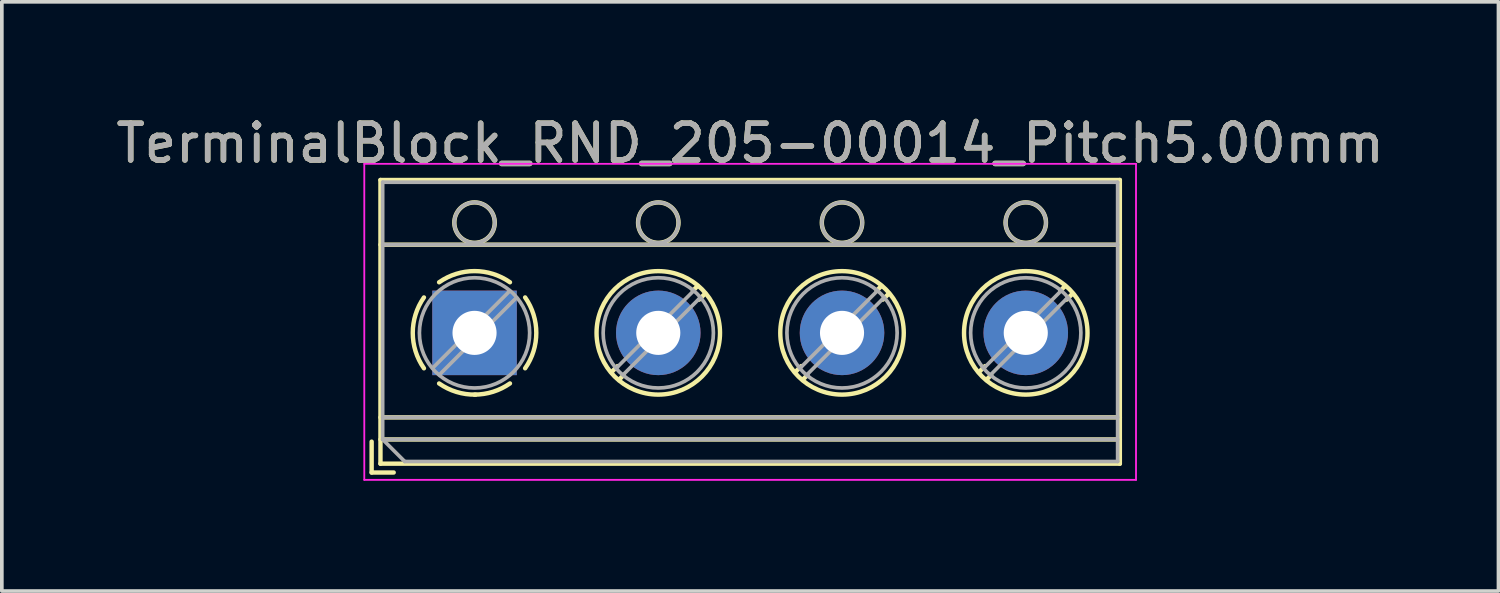
<source format=kicad_pcb>
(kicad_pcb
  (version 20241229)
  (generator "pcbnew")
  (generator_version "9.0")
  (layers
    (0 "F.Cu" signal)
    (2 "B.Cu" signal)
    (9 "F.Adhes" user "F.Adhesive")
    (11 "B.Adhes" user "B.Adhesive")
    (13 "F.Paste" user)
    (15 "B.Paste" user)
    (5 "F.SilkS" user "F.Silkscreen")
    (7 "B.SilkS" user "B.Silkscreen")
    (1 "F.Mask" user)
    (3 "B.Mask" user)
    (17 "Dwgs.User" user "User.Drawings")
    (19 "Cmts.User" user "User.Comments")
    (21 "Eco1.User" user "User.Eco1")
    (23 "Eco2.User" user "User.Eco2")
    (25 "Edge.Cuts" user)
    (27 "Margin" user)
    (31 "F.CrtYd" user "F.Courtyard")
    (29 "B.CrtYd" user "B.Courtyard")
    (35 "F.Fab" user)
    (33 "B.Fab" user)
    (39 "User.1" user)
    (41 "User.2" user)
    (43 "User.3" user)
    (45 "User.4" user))
  (footprint "TerminalBlock_RND_205-00014_Pitch5.00mm"
    (layer "F.Cu")
    (at 9.863 6.008)
    (property "Reference" "TerminalBlock_RND_205-00014_Pitch5.00mm" (at 7.5 -5.16 0) (layer "F.SilkS") (effects (font (size 1 1) (thickness 0.15))))
    (attr through_hole)
    (fp_line (start -2.8 2.96) (end -2.8 3.8) (stroke (width 0.12) (type solid)) (layer "F.SilkS"))
    (fp_line (start -2.8 3.8) (end -2.2 3.8) (stroke (width 0.12) (type solid)) (layer "F.SilkS"))
    (fp_line (start -2.56 -4.16) (end -2.56 3.56) (stroke (width 0.12) (type solid)) (layer "F.SilkS"))
    (fp_line (start -2.56 -2.4) (end 17.56 -2.4) (stroke (width 0.12) (type solid)) (layer "F.SilkS"))
    (fp_line (start -2.56 2.3) (end 17.56 2.3) (stroke (width 0.12) (type solid)) (layer "F.SilkS"))
    (fp_line (start -2.56 2.9) (end 17.56 2.9) (stroke (width 0.12) (type solid)) (layer "F.SilkS"))
    (fp_line (start -2.56 3.56) (end 17.56 3.56) (stroke (width 0.12) (type solid)) (layer "F.SilkS"))
    (fp_line (start 3.89 0.905) (end 3.726 1.069) (stroke (width 0.12) (type solid)) (layer "F.SilkS"))
    (fp_line (start 4.06 1.146) (end 3.931 1.274) (stroke (width 0.12) (type solid)) (layer "F.SilkS"))
    (fp_line (start 6.07 -1.275) (end 5.941 -1.146) (stroke (width 0.12) (type solid)) (layer "F.SilkS"))
    (fp_line (start 6.275 -1.069) (end 6.111 -0.905) (stroke (width 0.12) (type solid)) (layer "F.SilkS"))
    (fp_line (start 8.89 0.905) (end 8.726 1.069) (stroke (width 0.12) (type solid)) (layer "F.SilkS"))
    (fp_line (start 9.06 1.146) (end 8.931 1.274) (stroke (width 0.12) (type solid)) (layer "F.SilkS"))
    (fp_line (start 11.07 -1.275) (end 10.941 -1.146) (stroke (width 0.12) (type solid)) (layer "F.SilkS"))
    (fp_line (start 11.275 -1.069) (end 11.111 -0.905) (stroke (width 0.12) (type solid)) (layer "F.SilkS"))
    (fp_line (start 13.89 0.905) (end 13.726 1.069) (stroke (width 0.12) (type solid)) (layer "F.SilkS"))
    (fp_line (start 14.06 1.146) (end 13.931 1.274) (stroke (width 0.12) (type solid)) (layer "F.SilkS"))
    (fp_line (start 16.07 -1.275) (end 15.941 -1.146) (stroke (width 0.12) (type solid)) (layer "F.SilkS"))
    (fp_line (start 16.275 -1.069) (end 16.111 -0.905) (stroke (width 0.12) (type solid)) (layer "F.SilkS"))
    (fp_line (start 17.56 -4.16) (end -2.56 -4.16) (stroke (width 0.12) (type solid)) (layer "F.SilkS"))
    (fp_line (start 17.56 3.56) (end 17.56 -4.16) (stroke (width 0.12) (type solid)) (layer "F.SilkS"))
    (fp_arc (start -1.376825 0.964249) (mid -1.6809 0.000152) (end -1.377 -0.964) (stroke (width 0.12) (type solid)) (layer "F.SilkS"))
    (fp_arc (start -0.964249 -1.376825) (mid -0.000152 -1.6809) (end 0.964 -1.377) (stroke (width 0.12) (type solid)) (layer "F.SilkS"))
    (fp_arc (start 0.029488 1.680641) (mid -0.491302 1.607497) (end -0.964 1.377) (stroke (width 0.12) (type solid)) (layer "F.SilkS"))
    (fp_arc (start 0.963608 1.376175) (mid 0.505186 1.602244) (end 0 1.68) (stroke (width 0.12) (type solid)) (layer "F.SilkS"))
    (fp_arc (start 1.376825 -0.964249) (mid 1.6809 -0.000152) (end 1.377 0.964) (stroke (width 0.12) (type solid)) (layer "F.SilkS"))
    (fp_circle (center 0 -3) (end 0.55 -3) (stroke (width 0.12) (type solid)) (fill no) (layer "F.SilkS"))
    (fp_circle (center 5 -3) (end 5.55 -3) (stroke (width 0.12) (type solid)) (fill no) (layer "F.SilkS"))
    (fp_circle (center 5 0) (end 6.68 0) (stroke (width 0.12) (type solid)) (fill no) (layer "F.SilkS"))
    (fp_circle (center 10 -3) (end 10.55 -3) (stroke (width 0.12) (type solid)) (fill no) (layer "F.SilkS"))
    (fp_circle (center 10 0) (end 11.68 0) (stroke (width 0.12) (type solid)) (fill no) (layer "F.SilkS"))
    (fp_circle (center 15 -3) (end 15.55 -3) (stroke (width 0.12) (type solid)) (fill no) (layer "F.SilkS"))
    (fp_circle (center 15 0) (end 16.68 0) (stroke (width 0.12) (type solid)) (fill no) (layer "F.SilkS"))
    (fp_line (start -3 -4.6) (end -3 4) (stroke (width 0.05) (type solid)) (layer "F.CrtYd"))
    (fp_line (start -3 4) (end 18 4) (stroke (width 0.05) (type solid)) (layer "F.CrtYd"))
    (fp_line (start 18 -4.6) (end -3 -4.6) (stroke (width 0.05) (type solid)) (layer "F.CrtYd"))
    (fp_line (start 18 4) (end 18 -4.6) (stroke (width 0.05) (type solid)) (layer "F.CrtYd"))
    (fp_line (start -2.5 -4.1) (end 17.5 -4.1) (stroke (width 0.1) (type solid)) (layer "F.Fab"))
    (fp_line (start -2.5 -2.4) (end 17.5 -2.4) (stroke (width 0.1) (type solid)) (layer "F.Fab"))
    (fp_line (start -2.5 2.3) (end 17.5 2.3) (stroke (width 0.1) (type solid)) (layer "F.Fab"))
    (fp_line (start -2.5 2.9) (end -2.5 -4.1) (stroke (width 0.1) (type solid)) (layer "F.Fab"))
    (fp_line (start -2.5 2.9) (end 17.5 2.9) (stroke (width 0.1) (type solid)) (layer "F.Fab"))
    (fp_line (start -1.9 3.5) (end -2.5 2.9) (stroke (width 0.1) (type solid)) (layer "F.Fab"))
    (fp_line (start 0.955 -1.138) (end -1.138 0.955) (stroke (width 0.1) (type solid)) (layer "F.Fab"))
    (fp_line (start 1.138 -0.955) (end -0.955 1.138) (stroke (width 0.1) (type solid)) (layer "F.Fab"))
    (fp_line (start 5.955 -1.138) (end 3.863 0.955) (stroke (width 0.1) (type solid)) (layer "F.Fab"))
    (fp_line (start 6.138 -0.955) (end 4.046 1.138) (stroke (width 0.1) (type solid)) (layer "F.Fab"))
    (fp_line (start 10.955 -1.138) (end 8.863 0.955) (stroke (width 0.1) (type solid)) (layer "F.Fab"))
    (fp_line (start 11.138 -0.955) (end 9.046 1.138) (stroke (width 0.1) (type solid)) (layer "F.Fab"))
    (fp_line (start 15.955 -1.138) (end 13.863 0.955) (stroke (width 0.1) (type solid)) (layer "F.Fab"))
    (fp_line (start 16.138 -0.955) (end 14.046 1.138) (stroke (width 0.1) (type solid)) (layer "F.Fab"))
    (fp_line (start 17.5 -4.1) (end 17.5 3.5) (stroke (width 0.1) (type solid)) (layer "F.Fab"))
    (fp_line (start 17.5 3.5) (end -1.9 3.5) (stroke (width 0.1) (type solid)) (layer "F.Fab"))
    (fp_circle (center 0 -3) (end 0.55 -3) (stroke (width 0.1) (type solid)) (fill no) (layer "F.Fab"))
    (fp_circle (center 0 0) (end 1.5 0) (stroke (width 0.1) (type solid)) (fill no) (layer "F.Fab"))
    (fp_circle (center 5 -3) (end 5.55 -3) (stroke (width 0.1) (type solid)) (fill no) (layer "F.Fab"))
    (fp_circle (center 5 0) (end 6.5 0) (stroke (width 0.1) (type solid)) (fill no) (layer "F.Fab"))
    (fp_circle (center 10 -3) (end 10.55 -3) (stroke (width 0.1) (type solid)) (fill no) (layer "F.Fab"))
    (fp_circle (center 10 0) (end 11.5 0) (stroke (width 0.1) (type solid)) (fill no) (layer "F.Fab"))
    (fp_circle (center 15 -3) (end 15.55 -3) (stroke (width 0.1) (type solid)) (fill no) (layer "F.Fab"))
    (fp_circle (center 15 0) (end 16.5 0) (stroke (width 0.1) (type solid)) (fill no) (layer "F.Fab"))
    (fp_text user "${REFERENCE}" (at 7.5 -5.16 0) (layer "F.Fab") (effects (font (size 1 1) (thickness 0.15))))
    (pad "1" thru_hole rect (at 0 0) (size 2.3 2.3) (drill 1.2) (layers "*.Cu" "*.Mask"))
    (pad "2" thru_hole circle (at 5 0) (size 2.3 2.3) (drill 1.2) (layers "*.Cu" "*.Mask"))
    (pad "3" thru_hole circle (at 10 0) (size 2.3 2.3) (drill 1.2) (layers "*.Cu" "*.Mask"))
    (pad "4" thru_hole circle (at 15 0) (size 2.3 2.3) (drill 1.2) (layers "*.Cu" "*.Mask")))
  (gr_rect
    (start -3 -3)
    (end 37.726 13.033)
    (stroke (width 0.1) (type default))
    (fill no)
    (layer "Edge.Cuts")))
</source>
